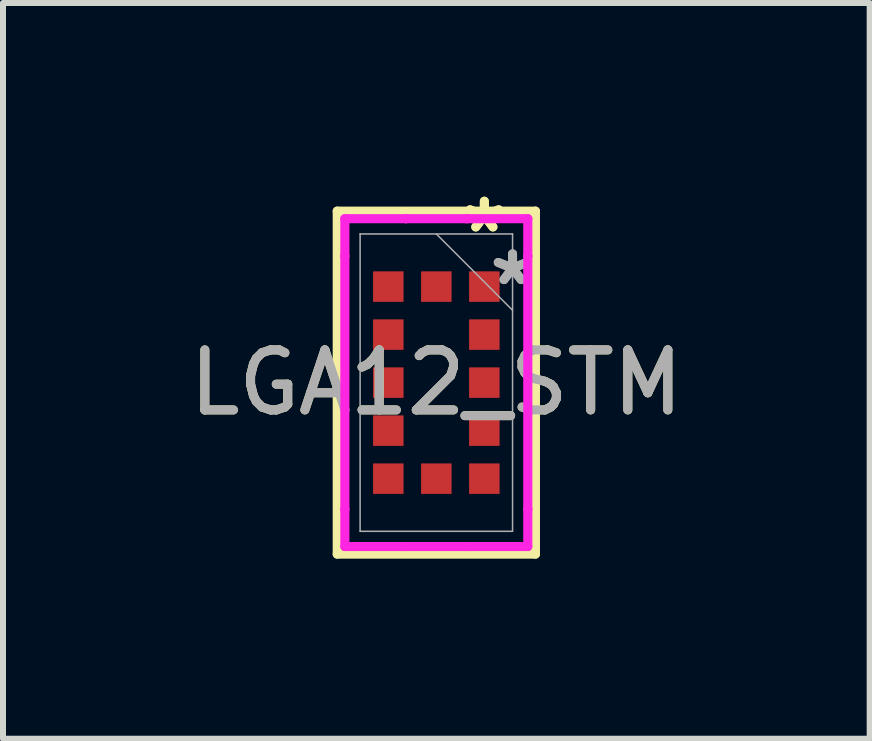
<source format=kicad_pcb>
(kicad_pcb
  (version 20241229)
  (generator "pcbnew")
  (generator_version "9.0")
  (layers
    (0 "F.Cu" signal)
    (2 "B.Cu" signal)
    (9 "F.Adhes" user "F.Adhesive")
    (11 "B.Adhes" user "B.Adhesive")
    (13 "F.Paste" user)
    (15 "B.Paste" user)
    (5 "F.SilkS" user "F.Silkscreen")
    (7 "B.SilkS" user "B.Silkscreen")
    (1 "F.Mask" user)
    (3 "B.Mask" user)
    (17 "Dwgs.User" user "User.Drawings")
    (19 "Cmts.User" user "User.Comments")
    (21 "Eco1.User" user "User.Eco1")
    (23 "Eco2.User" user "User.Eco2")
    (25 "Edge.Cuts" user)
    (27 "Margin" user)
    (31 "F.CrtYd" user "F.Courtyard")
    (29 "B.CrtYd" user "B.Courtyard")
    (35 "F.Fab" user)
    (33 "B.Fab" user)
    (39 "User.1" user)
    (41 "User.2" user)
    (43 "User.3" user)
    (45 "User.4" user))
  (footprint "LGA12_STM"
    (layer "F.Cu")
    (at 4.22 3.325)
    (property "Reference" "LGA12_STM" (at 0 0 0) (unlocked yes) (layer "F.SilkS") (effects (font (size 1 1) (thickness 0.15))))
    (attr smd)
    (fp_line (start -1.651 -2.857) (end -1.651 2.857) (stroke (width 0.152) (type solid)) (layer "F.SilkS"))
    (fp_line (start -1.651 2.857) (end 1.651 2.857) (stroke (width 0.152) (type solid)) (layer "F.SilkS"))
    (fp_line (start 1.651 -2.857) (end -1.651 -2.857) (stroke (width 0.152) (type solid)) (layer "F.SilkS"))
    (fp_line (start 1.651 2.857) (end 1.651 -2.857) (stroke (width 0.152) (type solid)) (layer "F.SilkS"))
    (fp_line (start -1.524 -2.731) (end -0.508 -2.731) (stroke (width 0.152) (type solid)) (layer "F.CrtYd"))
    (fp_line (start -1.524 -2.108) (end -1.524 -2.731) (stroke (width 0.152) (type solid)) (layer "F.CrtYd"))
    (fp_line (start -1.524 -2.108) (end -1.524 -2.108) (stroke (width 0.152) (type solid)) (layer "F.CrtYd"))
    (fp_line (start -1.524 2.108) (end -1.524 -2.108) (stroke (width 0.152) (type solid)) (layer "F.CrtYd"))
    (fp_line (start -1.524 2.108) (end -1.524 2.108) (stroke (width 0.152) (type solid)) (layer "F.CrtYd"))
    (fp_line (start -1.524 2.731) (end -1.524 2.108) (stroke (width 0.152) (type solid)) (layer "F.CrtYd"))
    (fp_line (start -0.508 -2.731) (end -0.508 -2.731) (stroke (width 0.152) (type solid)) (layer "F.CrtYd"))
    (fp_line (start -0.508 -2.731) (end 0.508 -2.731) (stroke (width 0.152) (type solid)) (layer "F.CrtYd"))
    (fp_line (start -0.508 2.731) (end -1.524 2.731) (stroke (width 0.152) (type solid)) (layer "F.CrtYd"))
    (fp_line (start -0.508 2.731) (end -0.508 2.731) (stroke (width 0.152) (type solid)) (layer "F.CrtYd"))
    (fp_line (start 0.508 -2.731) (end 0.508 -2.731) (stroke (width 0.152) (type solid)) (layer "F.CrtYd"))
    (fp_line (start 0.508 -2.731) (end 1.524 -2.731) (stroke (width 0.152) (type solid)) (layer "F.CrtYd"))
    (fp_line (start 0.508 2.731) (end -0.508 2.731) (stroke (width 0.152) (type solid)) (layer "F.CrtYd"))
    (fp_line (start 0.508 2.731) (end 0.508 2.731) (stroke (width 0.152) (type solid)) (layer "F.CrtYd"))
    (fp_line (start 1.524 -2.731) (end 1.524 -2.108) (stroke (width 0.152) (type solid)) (layer "F.CrtYd"))
    (fp_line (start 1.524 -2.108) (end 1.524 -2.108) (stroke (width 0.152) (type solid)) (layer "F.CrtYd"))
    (fp_line (start 1.524 -2.108) (end 1.524 2.108) (stroke (width 0.152) (type solid)) (layer "F.CrtYd"))
    (fp_line (start 1.524 2.108) (end 1.524 2.108) (stroke (width 0.152) (type solid)) (layer "F.CrtYd"))
    (fp_line (start 1.524 2.108) (end 1.524 2.731) (stroke (width 0.152) (type solid)) (layer "F.CrtYd"))
    (fp_line (start 1.524 2.731) (end 0.508 2.731) (stroke (width 0.152) (type solid)) (layer "F.CrtYd"))
    (fp_line (start -1.27 -2.477) (end -1.27 2.477) (stroke (width 0.025) (type solid)) (layer "F.Fab"))
    (fp_line (start -1.27 2.477) (end 1.27 2.477) (stroke (width 0.025) (type solid)) (layer "F.Fab"))
    (fp_line (start 1.27 -2.477) (end -1.27 -2.477) (stroke (width 0.025) (type solid)) (layer "F.Fab"))
    (fp_line (start 1.27 -1.206) (end 0 -2.477) (stroke (width 0.025) (type solid)) (layer "F.Fab"))
    (fp_line (start 1.27 2.477) (end 1.27 -2.477) (stroke (width 0.025) (type solid)) (layer "F.Fab"))
    (fp_text user "*" (at 0.8 -2.477 0) (unlocked yes) (layer "F.SilkS") (effects (font (size 1 1) (thickness 0.15))))
    (fp_text user "*" (at 0.8 -2.477 0) (layer "F.SilkS") (effects (font (size 1 1) (thickness 0.15))))
    (fp_text user "*" (at 1.27 -1.6 0) (layer "F.Fab") (effects (font (size 1 1) (thickness 0.15))))
    (fp_text user "${REFERENCE}" (at 0 0 0) (unlocked yes) (layer "F.Fab") (effects (font (size 1 1) (thickness 0.15))))
    (fp_text user "*" (at 1.27 -1.6 0) (unlocked yes) (layer "F.Fab") (effects (font (size 1 1) (thickness 0.15))))
    (pad "1" smd rect (at 0.8 -1.6 90) (size 0.508 0.508) (layers "F.Cu" "F.Mask" "F.Paste"))
    (pad "2" smd rect (at 0.8 -0.8 90) (size 0.508 0.508) (layers "F.Cu" "F.Mask" "F.Paste"))
    (pad "3" smd rect (at 0.8 0 90) (size 0.508 0.508) (layers "F.Cu" "F.Mask" "F.Paste"))
    (pad "4" smd rect (at 0.8 0.8 90) (size 0.508 0.508) (layers "F.Cu" "F.Mask" "F.Paste"))
    (pad "5" smd rect (at 0.8 1.6 90) (size 0.508 0.508) (layers "F.Cu" "F.Mask" "F.Paste"))
    (pad "6" smd rect (at 0 1.6) (size 0.508 0.508) (layers "F.Cu" "F.Mask" "F.Paste"))
    (pad "7" smd rect (at -0.8 1.6 90) (size 0.508 0.508) (layers "F.Cu" "F.Mask" "F.Paste"))
    (pad "8" smd rect (at -0.8 0.8 90) (size 0.508 0.508) (layers "F.Cu" "F.Mask" "F.Paste"))
    (pad "9" smd rect (at -0.8 0 90) (size 0.508 0.508) (layers "F.Cu" "F.Mask" "F.Paste"))
    (pad "10" smd rect (at -0.8 -0.8 90) (size 0.508 0.508) (layers "F.Cu" "F.Mask" "F.Paste"))
    (pad "11" smd rect (at -0.8 -1.6 90) (size 0.508 0.508) (layers "F.Cu" "F.Mask" "F.Paste"))
    (pad "12" smd rect (at 0 -1.6) (size 0.508 0.508) (layers "F.Cu" "F.Mask" "F.Paste")))
  (gr_rect
    (start -3 -3)
    (end 11.44 9.258)
    (stroke (width 0.1) (type default))
    (fill no)
    (layer "Edge.Cuts")))
</source>
